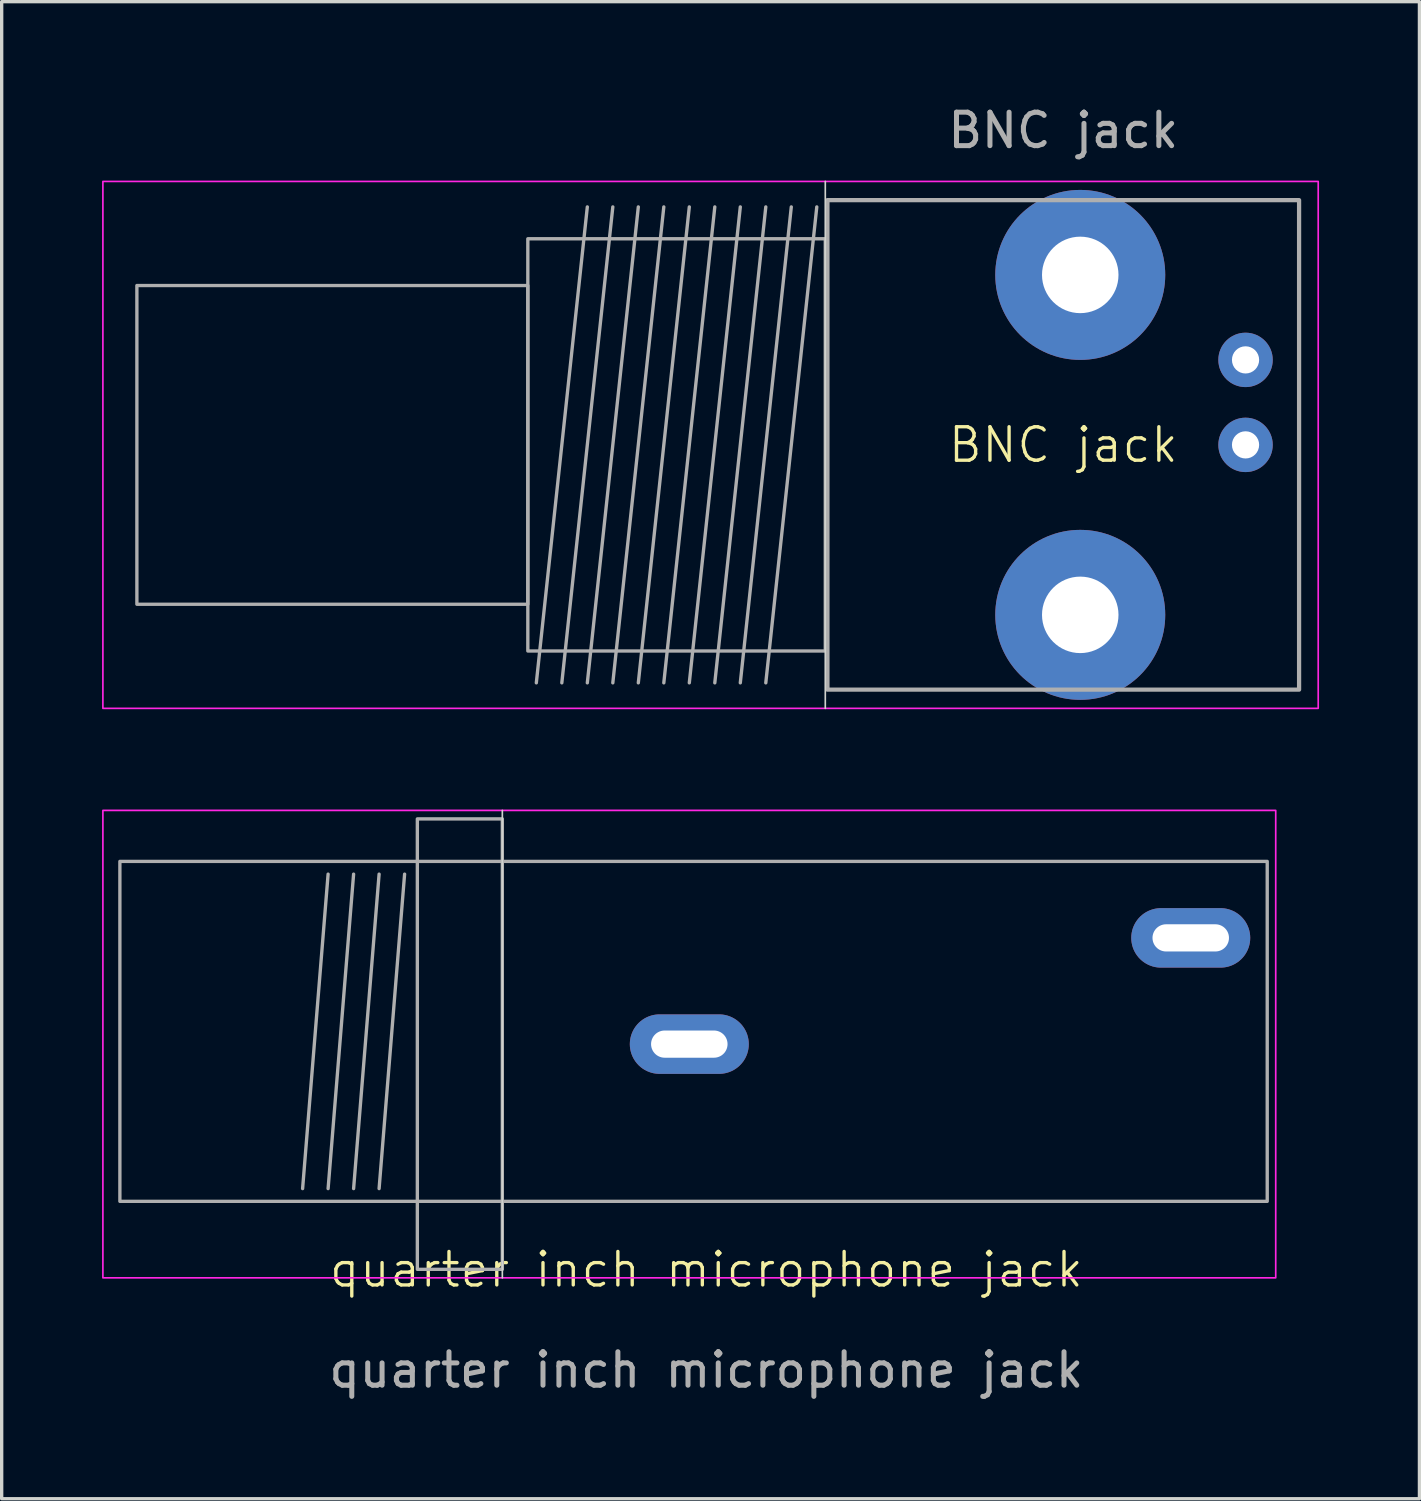
<source format=kicad_pcb>
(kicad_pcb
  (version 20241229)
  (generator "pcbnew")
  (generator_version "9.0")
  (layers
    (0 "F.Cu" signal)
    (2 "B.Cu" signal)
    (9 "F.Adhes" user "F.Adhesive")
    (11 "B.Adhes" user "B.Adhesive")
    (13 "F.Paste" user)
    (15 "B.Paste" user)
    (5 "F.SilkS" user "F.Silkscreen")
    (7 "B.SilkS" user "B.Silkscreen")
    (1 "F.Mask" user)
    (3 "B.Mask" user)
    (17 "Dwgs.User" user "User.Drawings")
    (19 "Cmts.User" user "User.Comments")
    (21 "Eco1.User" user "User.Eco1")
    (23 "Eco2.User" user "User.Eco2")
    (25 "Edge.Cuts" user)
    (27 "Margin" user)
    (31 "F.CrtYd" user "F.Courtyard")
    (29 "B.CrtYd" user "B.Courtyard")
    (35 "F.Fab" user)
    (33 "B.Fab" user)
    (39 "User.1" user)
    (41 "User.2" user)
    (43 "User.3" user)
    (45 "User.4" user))
  (footprint "quarter inch microphone jack"
    (layer "F.Cu")
    (at 18.059 35.394)
    (property "Reference" "quarter inch microphone jack" (at 0 -0.5 0) (unlocked yes) (layer "F.SilkS") (effects (font (size 1 1) (thickness 0.1))))
    (attr smd)
    (fp_line (start -6.096 -14.224) (end -6.096 -0.254) (stroke (width 0.05) (type default)) (layer "Edge.Cuts"))
    (fp_rect (start -18.034 -14.224) (end 17.018 -0.254) (stroke (width 0.05) (type solid)) (fill no) (layer "F.CrtYd"))
    (fp_line (start -11.303 -12.319) (end -12.065 -2.921) (stroke (width 0.1) (type default)) (layer "F.Fab"))
    (fp_line (start -10.541 -12.319) (end -11.303 -2.921) (stroke (width 0.1) (type default)) (layer "F.Fab"))
    (fp_line (start -9.779 -12.319) (end -10.541 -2.921) (stroke (width 0.1) (type default)) (layer "F.Fab"))
    (fp_line (start -9.017 -12.319) (end -9.779 -2.921) (stroke (width 0.1) (type default)) (layer "F.Fab"))
    (fp_rect (start -17.526 -12.7) (end 16.764 -2.54) (stroke (width 0.1) (type default)) (fill no) (layer "F.Fab"))
    (fp_rect (start -8.636 -13.97) (end -6.096 -0.508) (stroke (width 0.1) (type default)) (fill no) (layer "F.Fab"))
    (fp_text user "${REFERENCE}" (at 0 2.5 0) (unlocked yes) (layer "F.Fab") (effects (font (size 1 1) (thickness 0.15))))
    (pad "S" thru_hole oval (at -0.508 -7.239 90) (size 1.778 3.556) (drill oval 0.813 2.286) (layers "*.Cu" "*.Mask"))
    (pad "T" thru_hole oval (at 14.478 -10.414 90) (size 1.778 3.556) (drill oval 0.813 2.286) (layers "*.Cu" "*.Mask")))
  (footprint "BNC jack"
    (layer "F.Cu")
    (at 28.727 10.246)
    (property "Reference" "BNC jack" (at 0 0 0) (unlocked yes) (layer "F.SilkS") (effects (font (size 1 1) (thickness 0.1))))
    (attr smd)
    (fp_line (start -7.112 -7.874) (end -7.112 7.874) (stroke (width 0.05) (type default)) (layer "Edge.Cuts"))
    (fp_rect (start -28.702 -7.874) (end 7.62 7.874) (stroke (width 0.05) (type default)) (fill no) (layer "F.CrtYd"))
    (fp_line (start -14.224 -7.112) (end -15.748 7.112) (stroke (width 0.1) (type default)) (layer "F.Fab"))
    (fp_line (start -13.462 -7.112) (end -14.986 7.112) (stroke (width 0.1) (type default)) (layer "F.Fab"))
    (fp_line (start -12.7 -7.112) (end -14.224 7.112) (stroke (width 0.1) (type default)) (layer "F.Fab"))
    (fp_line (start -11.938 -7.112) (end -13.462 7.112) (stroke (width 0.1) (type default)) (layer "F.Fab"))
    (fp_line (start -11.176 -7.112) (end -12.7 7.112) (stroke (width 0.1) (type default)) (layer "F.Fab"))
    (fp_line (start -10.414 -7.112) (end -11.938 7.112) (stroke (width 0.1) (type default)) (layer "F.Fab"))
    (fp_line (start -9.652 -7.112) (end -11.176 7.112) (stroke (width 0.1) (type default)) (layer "F.Fab"))
    (fp_line (start -8.89 -7.112) (end -10.414 7.112) (stroke (width 0.1) (type default)) (layer "F.Fab"))
    (fp_line (start -8.128 -7.112) (end -9.652 7.112) (stroke (width 0.1) (type default)) (layer "F.Fab"))
    (fp_line (start -7.366 -7.112) (end -8.89 7.112) (stroke (width 0.1) (type default)) (layer "F.Fab"))
    (fp_rect (start -27.686 -4.763) (end -16.002 4.763) (stroke (width 0.1) (type solid)) (fill no) (layer "F.Fab"))
    (fp_rect (start -16.002 -6.16) (end -7.112 6.16) (stroke (width 0.1) (type solid)) (fill no) (layer "F.Fab"))
    (fp_rect (start -7.048 -7.315) (end 7.048 7.315) (stroke (width 0.127) (type solid)) (fill no) (layer "F.Fab"))
    (fp_text user "${REFERENCE}" (at 0 -9.398 0) (unlocked yes) (layer "F.Fab") (effects (font (size 1 1) (thickness 0.15))))
    (pad "1" thru_hole circle (at 5.448 0 180) (size 1.626 1.626) (drill 0.813) (layers "*.Cu" "*.Mask"))
    (pad "2" thru_hole circle (at 0.508 -5.08 180) (size 5.08 5.08) (drill 2.286) (layers "*.Cu" "*.Mask"))
    (pad "2" thru_hole circle (at 0.508 5.08 180) (size 5.08 5.08) (drill 2.286) (layers "*.Cu" "*.Mask"))
    (pad "2" thru_hole circle (at 5.448 -2.54 180) (size 1.626 1.626) (drill 0.813) (layers "*.Cu" "*.Mask")))
  (gr_rect
    (start -3 -3)
    (end 39.372 41.742)
    (stroke (width 0.1) (type default))
    (fill no)
    (layer "Edge.Cuts")))
</source>
